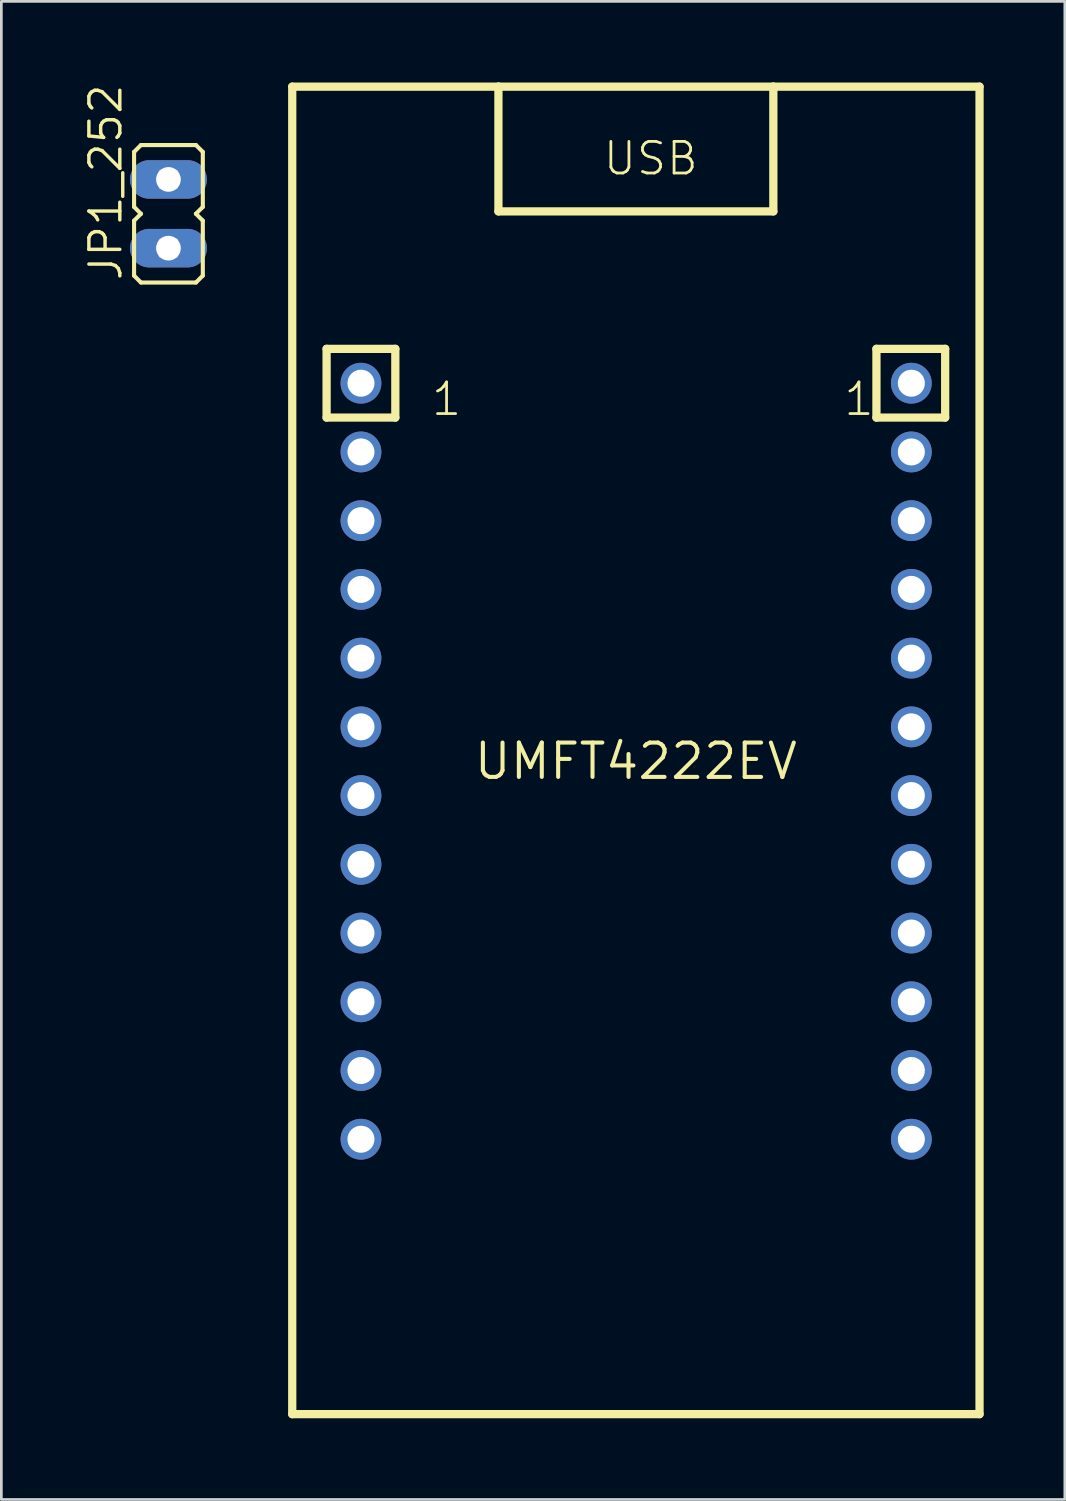
<source format=kicad_pcb>
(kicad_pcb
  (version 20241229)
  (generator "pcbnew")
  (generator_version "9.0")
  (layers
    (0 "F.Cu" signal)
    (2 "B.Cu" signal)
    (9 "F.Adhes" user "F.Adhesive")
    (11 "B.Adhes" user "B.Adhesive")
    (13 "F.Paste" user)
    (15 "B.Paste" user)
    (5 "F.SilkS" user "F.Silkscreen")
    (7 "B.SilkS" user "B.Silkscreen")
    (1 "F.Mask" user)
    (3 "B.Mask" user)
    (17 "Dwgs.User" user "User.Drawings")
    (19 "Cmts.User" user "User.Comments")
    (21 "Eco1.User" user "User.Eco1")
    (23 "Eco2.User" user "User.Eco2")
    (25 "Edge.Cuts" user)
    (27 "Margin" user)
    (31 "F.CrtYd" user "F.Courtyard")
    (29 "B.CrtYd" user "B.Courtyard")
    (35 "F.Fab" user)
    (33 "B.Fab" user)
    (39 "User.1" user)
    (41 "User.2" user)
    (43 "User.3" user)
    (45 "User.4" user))
  (footprint "JP1_252"
    (layer "F.Cu")
    (at 3.175 4.851)
    (property "Reference" "JP1_252" (at -1.651 2.54 90) (unlocked yes) (layer "F.SilkS") (effects (font (size 1.143 1.143) (thickness 0.127)) (justify left bottom)))
    (fp_line (start -1.27 -2.286) (end -1.27 -0.254) (stroke (width 0.152) (type solid)) (layer "F.SilkS"))
    (fp_line (start -1.27 -2.286) (end -1.016 -2.54) (stroke (width 0.152) (type solid)) (layer "F.SilkS"))
    (fp_line (start -1.27 0.254) (end -1.27 2.286) (stroke (width 0.152) (type solid)) (layer "F.SilkS"))
    (fp_line (start -1.016 0) (end -1.27 -0.254) (stroke (width 0.152) (type solid)) (layer "F.SilkS"))
    (fp_line (start -1.016 0) (end -1.27 0.254) (stroke (width 0.152) (type solid)) (layer "F.SilkS"))
    (fp_line (start -1.016 2.54) (end -1.27 2.286) (stroke (width 0.152) (type solid)) (layer "F.SilkS"))
    (fp_line (start -1.016 2.54) (end 1.016 2.54) (stroke (width 0.152) (type solid)) (layer "F.SilkS"))
    (fp_line (start 1.016 -2.54) (end -1.016 -2.54) (stroke (width 0.152) (type solid)) (layer "F.SilkS"))
    (fp_line (start 1.016 0) (end 1.27 -0.254) (stroke (width 0.152) (type solid)) (layer "F.SilkS"))
    (fp_line (start 1.016 0) (end 1.27 0.254) (stroke (width 0.152) (type solid)) (layer "F.SilkS"))
    (fp_line (start 1.016 2.54) (end 1.27 2.286) (stroke (width 0.152) (type solid)) (layer "F.SilkS"))
    (fp_line (start 1.27 -2.286) (end 1.016 -2.54) (stroke (width 0.152) (type solid)) (layer "F.SilkS"))
    (fp_line (start 1.27 -2.286) (end 1.27 -0.254) (stroke (width 0.152) (type solid)) (layer "F.SilkS"))
    (fp_line (start 1.27 0.254) (end 1.27 2.286) (stroke (width 0.152) (type solid)) (layer "F.SilkS"))
    (fp_poly (pts (xy -0.305 -0.965) (xy 0.305 -0.965) (xy 0.305 -1.575) (xy -0.305 -1.575)) (stroke (width 0.1) (type default)) (fill no) (layer "F.Fab"))
    (fp_poly (pts (xy -0.305 1.575) (xy 0.305 1.575) (xy 0.305 0.965) (xy -0.305 0.965)) (stroke (width 0.1) (type default)) (fill no) (layer "F.Fab"))
    (pad "1" thru_hole oval (at 0 1.27) (size 2.845 1.422) (drill 0.914) (layers "*.Cu" "*.Mask"))
    (pad "2" thru_hole oval (at 0 -1.27) (size 2.845 1.422) (drill 0.914) (layers "*.Cu" "*.Mask")))
  (footprint "UMFT4222EV"
    (layer "F.Cu")
    (at 20.45 25.082)
    (property "Reference" "UMFT4222EV" (at 0 0 0) (layer "F.SilkS") (effects (font (size 1.27 1.27) (thickness 0.15))))
    (fp_line (start -12.7 -24.93) (end -5.08 -24.93) (stroke (width 0.305) (type solid)) (layer "F.SilkS"))
    (fp_line (start -12.7 24.13) (end -12.7 -24.93) (stroke (width 0.305) (type solid)) (layer "F.SilkS"))
    (fp_line (start -11.43 -15.24) (end -11.43 -12.7) (stroke (width 0.305) (type solid)) (layer "F.SilkS"))
    (fp_line (start -11.43 -12.7) (end -8.89 -12.7) (stroke (width 0.305) (type solid)) (layer "F.SilkS"))
    (fp_line (start -8.89 -15.24) (end -11.43 -15.24) (stroke (width 0.305) (type solid)) (layer "F.SilkS"))
    (fp_line (start -8.89 -12.7) (end -8.89 -15.24) (stroke (width 0.305) (type solid)) (layer "F.SilkS"))
    (fp_line (start -5.08 -24.93) (end -5.08 -20.32) (stroke (width 0.305) (type solid)) (layer "F.SilkS"))
    (fp_line (start -5.08 -24.93) (end 5.08 -24.93) (stroke (width 0.305) (type solid)) (layer "F.SilkS"))
    (fp_line (start -5.08 -20.32) (end 5.08 -20.32) (stroke (width 0.305) (type solid)) (layer "F.SilkS"))
    (fp_line (start 5.08 -24.93) (end 12.7 -24.93) (stroke (width 0.305) (type solid)) (layer "F.SilkS"))
    (fp_line (start 5.08 -20.32) (end 5.08 -24.93) (stroke (width 0.305) (type solid)) (layer "F.SilkS"))
    (fp_line (start 8.89 -15.24) (end 8.89 -12.7) (stroke (width 0.305) (type solid)) (layer "F.SilkS"))
    (fp_line (start 8.89 -12.7) (end 11.43 -12.7) (stroke (width 0.305) (type solid)) (layer "F.SilkS"))
    (fp_line (start 11.43 -15.24) (end 8.89 -15.24) (stroke (width 0.305) (type solid)) (layer "F.SilkS"))
    (fp_line (start 11.43 -12.7) (end 11.43 -15.24) (stroke (width 0.305) (type solid)) (layer "F.SilkS"))
    (fp_line (start 12.7 -24.93) (end 12.7 24.13) (stroke (width 0.305) (type solid)) (layer "F.SilkS"))
    (fp_line (start 12.7 24.13) (end -12.7 24.13) (stroke (width 0.305) (type solid)) (layer "F.SilkS"))
    (fp_text user "1" (at 7.62 -12.7 0) (unlocked yes) (layer "F.SilkS") (effects (font (size 1.168 1.168) (thickness 0.102)) (justify left bottom)))
    (fp_text user "USB" (at -1.27 -21.59 0) (unlocked yes) (layer "F.SilkS") (effects (font (size 1.168 1.168) (thickness 0.102)) (justify left bottom)))
    (fp_text user "1" (at -7.62 -12.7 0) (unlocked yes) (layer "F.SilkS") (effects (font (size 1.168 1.168) (thickness 0.102)) (justify left bottom)))
    (pad "P$0" thru_hole circle (at -10.16 -13.97) (size 1.508 1.508) (drill 1) (layers "*.Cu" "*.Mask"))
    (pad "P$1" thru_hole circle (at -10.16 -11.43) (size 1.508 1.508) (drill 1) (layers "*.Cu" "*.Mask"))
    (pad "P$2" thru_hole circle (at -10.16 -8.89) (size 1.508 1.508) (drill 1) (layers "*.Cu" "*.Mask"))
    (pad "P$3" thru_hole circle (at -10.16 -6.35) (size 1.508 1.508) (drill 1) (layers "*.Cu" "*.Mask"))
    (pad "P$4" thru_hole circle (at -10.16 -3.81) (size 1.508 1.508) (drill 1) (layers "*.Cu" "*.Mask"))
    (pad "P$5" thru_hole circle (at -10.16 -1.27) (size 1.508 1.508) (drill 1) (layers "*.Cu" "*.Mask"))
    (pad "P$6" thru_hole circle (at -10.16 1.27) (size 1.508 1.508) (drill 1) (layers "*.Cu" "*.Mask"))
    (pad "P$7" thru_hole circle (at -10.16 3.81) (size 1.508 1.508) (drill 1) (layers "*.Cu" "*.Mask"))
    (pad "P$8" thru_hole circle (at -10.16 6.35) (size 1.508 1.508) (drill 1) (layers "*.Cu" "*.Mask"))
    (pad "P$9" thru_hole circle (at -10.16 8.89) (size 1.508 1.508) (drill 1) (layers "*.Cu" "*.Mask"))
    (pad "P$10" thru_hole circle (at -10.16 11.43) (size 1.508 1.508) (drill 1) (layers "*.Cu" "*.Mask"))
    (pad "P$11" thru_hole circle (at -10.16 13.97) (size 1.508 1.508) (drill 1) (layers "*.Cu" "*.Mask"))
    (pad "P$12" thru_hole circle (at 10.18 13.97) (size 1.508 1.508) (drill 1) (layers "*.Cu" "*.Mask"))
    (pad "P$13" thru_hole circle (at 10.18 11.43) (size 1.508 1.508) (drill 1) (layers "*.Cu" "*.Mask"))
    (pad "P$14" thru_hole circle (at 10.18 8.89) (size 1.508 1.508) (drill 1) (layers "*.Cu" "*.Mask"))
    (pad "P$15" thru_hole circle (at 10.18 6.35) (size 1.508 1.508) (drill 1) (layers "*.Cu" "*.Mask"))
    (pad "P$16" thru_hole circle (at 10.18 3.81) (size 1.508 1.508) (drill 1) (layers "*.Cu" "*.Mask"))
    (pad "P$17" thru_hole circle (at 10.18 1.27) (size 1.508 1.508) (drill 1) (layers "*.Cu" "*.Mask"))
    (pad "P$18" thru_hole circle (at 10.18 -1.27) (size 1.508 1.508) (drill 1) (layers "*.Cu" "*.Mask"))
    (pad "P$19" thru_hole circle (at 10.18 -3.81) (size 1.508 1.508) (drill 1) (layers "*.Cu" "*.Mask"))
    (pad "P$20" thru_hole circle (at 10.18 -6.35) (size 1.508 1.508) (drill 1) (layers "*.Cu" "*.Mask"))
    (pad "P$21" thru_hole circle (at 10.18 -8.89) (size 1.508 1.508) (drill 1) (layers "*.Cu" "*.Mask"))
    (pad "P$22" thru_hole circle (at 10.18 -11.43) (size 1.508 1.508) (drill 1) (layers "*.Cu" "*.Mask"))
    (pad "P$23" thru_hole circle (at 10.18 -13.97) (size 1.508 1.508) (drill 1) (layers "*.Cu" "*.Mask")))
  (gr_rect
    (start -3 -3)
    (end 36.302 52.365)
    (stroke (width 0.1) (type default))
    (fill no)
    (layer "Edge.Cuts")))
</source>
